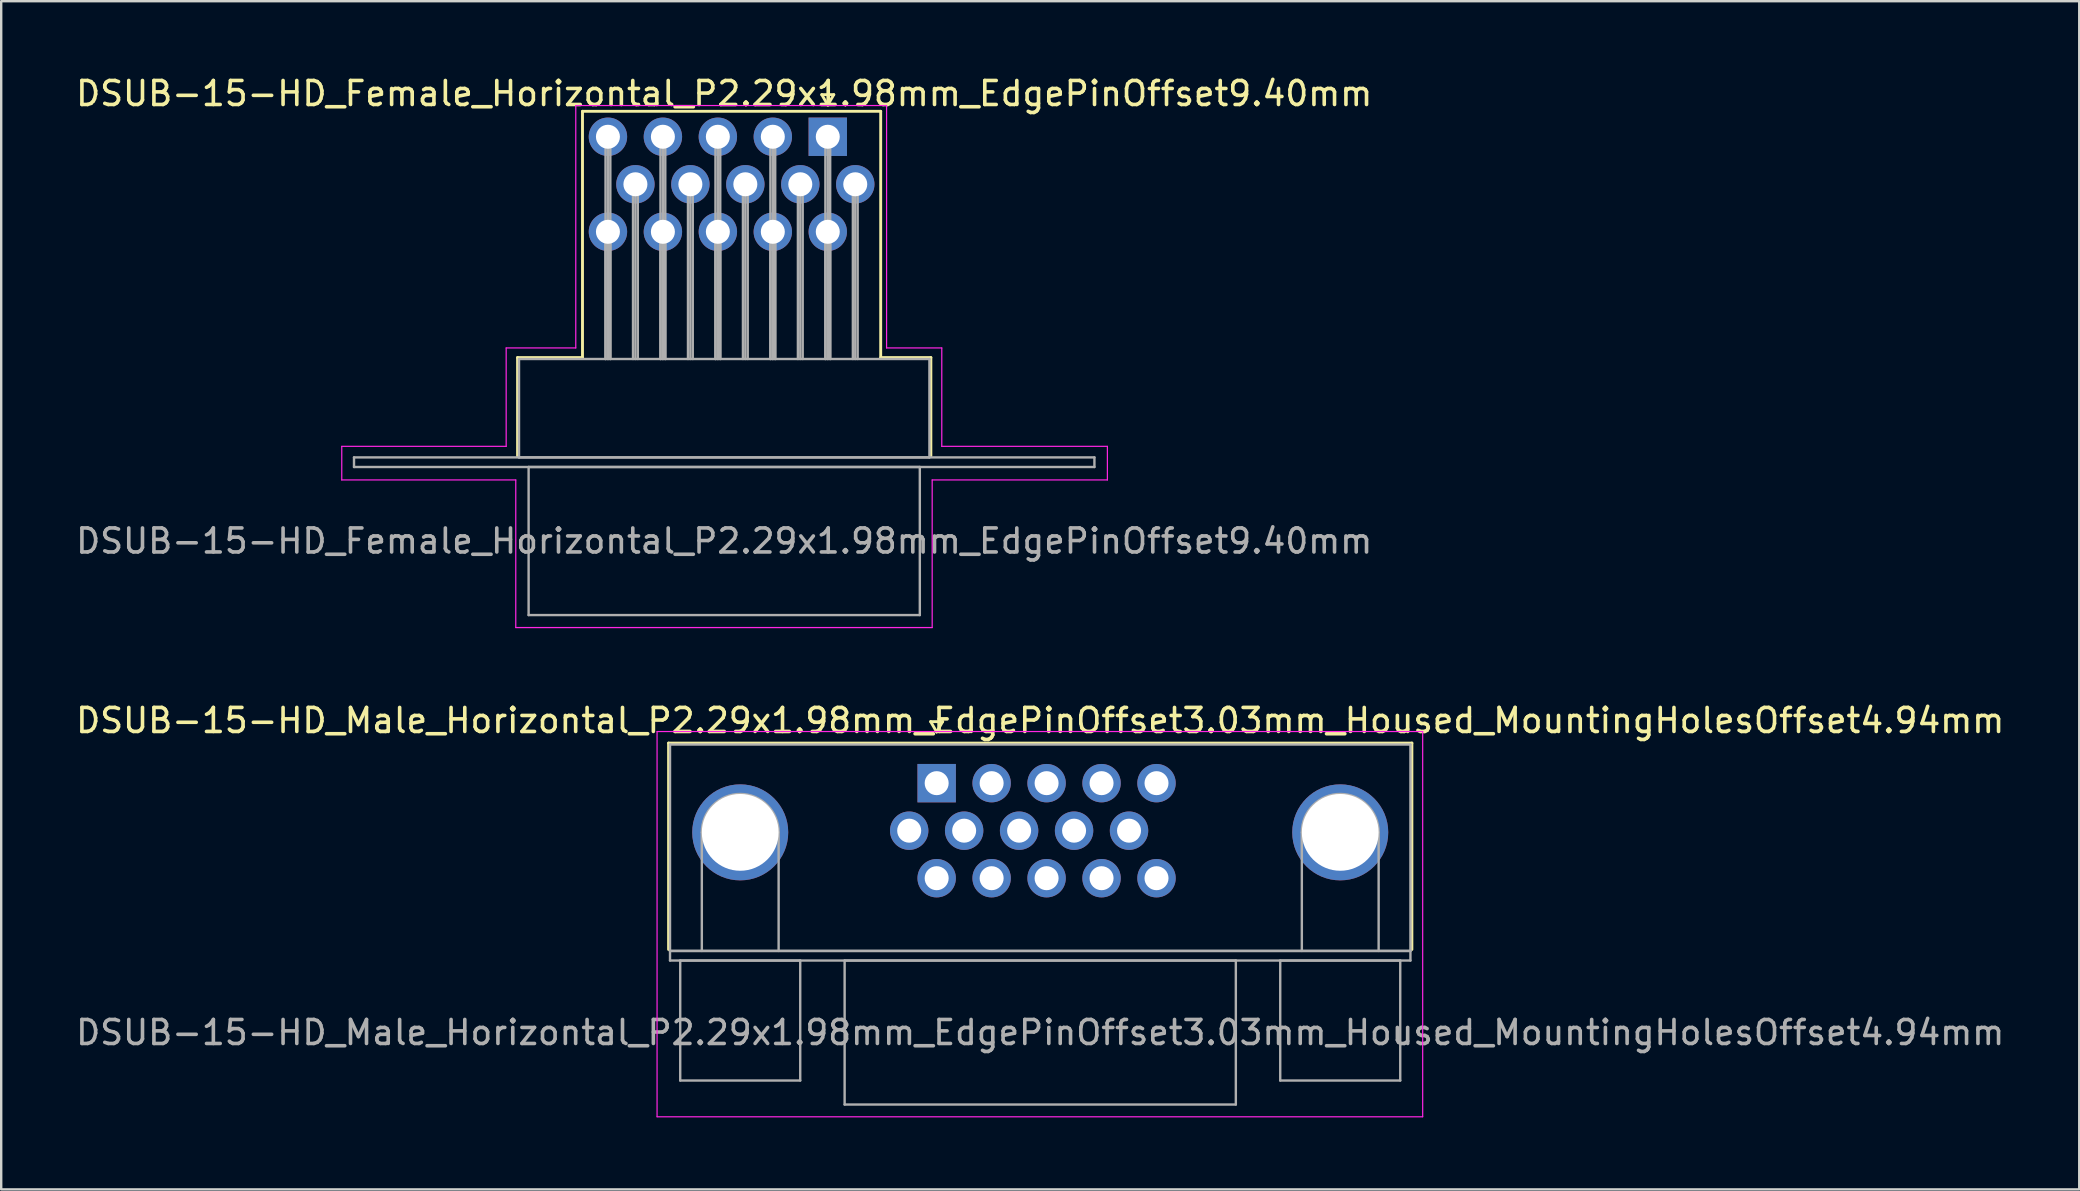
<source format=kicad_pcb>
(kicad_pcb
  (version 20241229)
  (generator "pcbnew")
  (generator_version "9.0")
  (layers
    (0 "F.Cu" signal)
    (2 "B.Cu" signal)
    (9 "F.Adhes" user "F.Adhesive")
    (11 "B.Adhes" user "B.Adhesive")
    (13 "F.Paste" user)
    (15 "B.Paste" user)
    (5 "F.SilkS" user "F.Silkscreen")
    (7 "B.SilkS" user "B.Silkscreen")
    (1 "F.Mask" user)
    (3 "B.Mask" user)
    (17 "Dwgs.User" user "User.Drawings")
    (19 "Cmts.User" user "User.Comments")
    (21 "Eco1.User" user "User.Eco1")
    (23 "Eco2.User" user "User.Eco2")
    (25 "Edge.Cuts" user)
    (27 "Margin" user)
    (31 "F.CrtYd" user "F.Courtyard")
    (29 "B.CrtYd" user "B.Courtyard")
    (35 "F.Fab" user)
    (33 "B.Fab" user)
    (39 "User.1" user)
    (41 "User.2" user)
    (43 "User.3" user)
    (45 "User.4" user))
  (footprint "DSUB-15-HD_Male_Horizontal_P2.29x1.98mm_EdgePinOffset3.03mm_Housed_MountingHolesOffset4.94mm"
    (layer "F.Cu")
    (at 35.977 29.581)
    (property "Reference" "DSUB-15-HD_Male_Horizontal_P2.29x1.98mm_EdgePinOffset3.03mm_Housed_MountingHolesOffset4.94mm" (at 4.315 -2.61 0) (layer "F.SilkS") (effects (font (size 1 1) (thickness 0.15))))
    (attr through_hole)
    (fp_line (start -11.17 -1.67) (end 19.8 -1.67) (stroke (width 0.12) (type solid)) (layer "F.SilkS"))
    (fp_line (start -11.17 6.93) (end -11.17 -1.67) (stroke (width 0.12) (type solid)) (layer "F.SilkS"))
    (fp_line (start -0.25 -2.564) (end 0.25 -2.564) (stroke (width 0.12) (type solid)) (layer "F.SilkS"))
    (fp_line (start 0 -2.131) (end -0.25 -2.564) (stroke (width 0.12) (type solid)) (layer "F.SilkS"))
    (fp_line (start 0.25 -2.564) (end 0 -2.131) (stroke (width 0.12) (type solid)) (layer "F.SilkS"))
    (fp_line (start 19.8 -1.67) (end 19.8 6.93) (stroke (width 0.12) (type solid)) (layer "F.SilkS"))
    (fp_line (start -11.65 -2.15) (end -11.65 13.9) (stroke (width 0.05) (type solid)) (layer "F.CrtYd"))
    (fp_line (start -11.65 13.9) (end 20.25 13.9) (stroke (width 0.05) (type solid)) (layer "F.CrtYd"))
    (fp_line (start 20.25 -2.15) (end -11.65 -2.15) (stroke (width 0.05) (type solid)) (layer "F.CrtYd"))
    (fp_line (start 20.25 13.9) (end 20.25 -2.15) (stroke (width 0.05) (type solid)) (layer "F.CrtYd"))
    (fp_line (start -11.11 -1.61) (end -11.11 6.99) (stroke (width 0.1) (type solid)) (layer "F.Fab"))
    (fp_line (start -11.11 6.99) (end -11.11 7.39) (stroke (width 0.1) (type solid)) (layer "F.Fab"))
    (fp_line (start -11.11 6.99) (end 19.74 6.99) (stroke (width 0.1) (type solid)) (layer "F.Fab"))
    (fp_line (start -11.11 7.39) (end 19.74 7.39) (stroke (width 0.1) (type solid)) (layer "F.Fab"))
    (fp_line (start -10.685 7.39) (end -10.685 12.39) (stroke (width 0.1) (type solid)) (layer "F.Fab"))
    (fp_line (start -10.685 12.39) (end -5.685 12.39) (stroke (width 0.1) (type solid)) (layer "F.Fab"))
    (fp_line (start -9.785 6.99) (end -9.785 2.05) (stroke (width 0.1) (type solid)) (layer "F.Fab"))
    (fp_line (start -6.585 6.99) (end -6.585 2.05) (stroke (width 0.1) (type solid)) (layer "F.Fab"))
    (fp_line (start -5.685 7.39) (end -10.685 7.39) (stroke (width 0.1) (type solid)) (layer "F.Fab"))
    (fp_line (start -5.685 12.39) (end -5.685 7.39) (stroke (width 0.1) (type solid)) (layer "F.Fab"))
    (fp_line (start -3.835 7.39) (end -3.835 13.39) (stroke (width 0.1) (type solid)) (layer "F.Fab"))
    (fp_line (start -3.835 13.39) (end 12.465 13.39) (stroke (width 0.1) (type solid)) (layer "F.Fab"))
    (fp_line (start 12.465 7.39) (end -3.835 7.39) (stroke (width 0.1) (type solid)) (layer "F.Fab"))
    (fp_line (start 12.465 13.39) (end 12.465 7.39) (stroke (width 0.1) (type solid)) (layer "F.Fab"))
    (fp_line (start 14.315 7.39) (end 14.315 12.39) (stroke (width 0.1) (type solid)) (layer "F.Fab"))
    (fp_line (start 14.315 12.39) (end 19.315 12.39) (stroke (width 0.1) (type solid)) (layer "F.Fab"))
    (fp_line (start 15.215 6.99) (end 15.215 2.05) (stroke (width 0.1) (type solid)) (layer "F.Fab"))
    (fp_line (start 18.415 6.99) (end 18.415 2.05) (stroke (width 0.1) (type solid)) (layer "F.Fab"))
    (fp_line (start 19.315 7.39) (end 14.315 7.39) (stroke (width 0.1) (type solid)) (layer "F.Fab"))
    (fp_line (start 19.315 12.39) (end 19.315 7.39) (stroke (width 0.1) (type solid)) (layer "F.Fab"))
    (fp_line (start 19.74 -1.61) (end -11.11 -1.61) (stroke (width 0.1) (type solid)) (layer "F.Fab"))
    (fp_line (start 19.74 6.99) (end -11.11 6.99) (stroke (width 0.1) (type solid)) (layer "F.Fab"))
    (fp_line (start 19.74 6.99) (end 19.74 -1.61) (stroke (width 0.1) (type solid)) (layer "F.Fab"))
    (fp_line (start 19.74 7.39) (end 19.74 6.99) (stroke (width 0.1) (type solid)) (layer "F.Fab"))
    (fp_arc (start -9.785 2.05) (mid -8.185 0.45) (end -6.585 2.05) (stroke (width 0.1) (type solid)) (layer "F.Fab"))
    (fp_arc (start 15.215 2.05) (mid 16.815 0.45) (end 18.415 2.05) (stroke (width 0.1) (type solid)) (layer "F.Fab"))
    (fp_text user "${REFERENCE}" (at 4.315 10.39 0) (layer "F.Fab") (effects (font (size 1 1) (thickness 0.15))))
    (pad "0" thru_hole circle (at -8.185 2.05) (size 4 4) (drill 3.2) (layers "*.Cu" "*.Mask"))
    (pad "0" thru_hole circle (at 16.815 2.05) (size 4 4) (drill 3.2) (layers "*.Cu" "*.Mask"))
    (pad "1" thru_hole rect (at 0 0) (size 1.6 1.6) (drill 1) (layers "*.Cu" "*.Mask"))
    (pad "2" thru_hole circle (at 2.29 0) (size 1.6 1.6) (drill 1) (layers "*.Cu" "*.Mask"))
    (pad "3" thru_hole circle (at 4.58 0) (size 1.6 1.6) (drill 1) (layers "*.Cu" "*.Mask"))
    (pad "4" thru_hole circle (at 6.87 0) (size 1.6 1.6) (drill 1) (layers "*.Cu" "*.Mask"))
    (pad "5" thru_hole circle (at 9.16 0) (size 1.6 1.6) (drill 1) (layers "*.Cu" "*.Mask"))
    (pad "6" thru_hole circle (at -1.145 1.98) (size 1.6 1.6) (drill 1) (layers "*.Cu" "*.Mask"))
    (pad "7" thru_hole circle (at 1.145 1.98) (size 1.6 1.6) (drill 1) (layers "*.Cu" "*.Mask"))
    (pad "8" thru_hole circle (at 3.435 1.98) (size 1.6 1.6) (drill 1) (layers "*.Cu" "*.Mask"))
    (pad "9" thru_hole circle (at 5.725 1.98) (size 1.6 1.6) (drill 1) (layers "*.Cu" "*.Mask"))
    (pad "10" thru_hole circle (at 8.015 1.98) (size 1.6 1.6) (drill 1) (layers "*.Cu" "*.Mask"))
    (pad "11" thru_hole circle (at 0 3.96) (size 1.6 1.6) (drill 1) (layers "*.Cu" "*.Mask"))
    (pad "12" thru_hole circle (at 2.29 3.96) (size 1.6 1.6) (drill 1) (layers "*.Cu" "*.Mask"))
    (pad "13" thru_hole circle (at 4.58 3.96) (size 1.6 1.6) (drill 1) (layers "*.Cu" "*.Mask"))
    (pad "14" thru_hole circle (at 6.87 3.96) (size 1.6 1.6) (drill 1) (layers "*.Cu" "*.Mask"))
    (pad "15" thru_hole circle (at 9.16 3.96) (size 1.6 1.6) (drill 1) (layers "*.Cu" "*.Mask")))
  (footprint "DSUB-15-HD_Female_Horizontal_P2.29x1.98mm_EdgePinOffset9.40mm"
    (layer "F.Cu")
    (at 31.44 2.648)
    (property "Reference" "DSUB-15-HD_Female_Horizontal_P2.29x1.98mm_EdgePinOffset9.40mm" (at -4.315 -1.8 0) (layer "F.SilkS") (effects (font (size 1 1) (thickness 0.15))))
    (attr through_hole)
    (fp_line (start -12.925 9.2) (end -10.22 9.2) (stroke (width 0.12) (type solid)) (layer "F.SilkS"))
    (fp_line (start -12.925 13.3) (end -12.925 9.2) (stroke (width 0.12) (type solid)) (layer "F.SilkS"))
    (fp_line (start -10.22 -1.06) (end 2.205 -1.06) (stroke (width 0.12) (type solid)) (layer "F.SilkS"))
    (fp_line (start -10.22 9.2) (end -10.22 -1.06) (stroke (width 0.12) (type solid)) (layer "F.SilkS"))
    (fp_line (start -0.25 -1.754) (end 0.25 -1.754) (stroke (width 0.12) (type solid)) (layer "F.SilkS"))
    (fp_line (start 0 -1.321) (end -0.25 -1.754) (stroke (width 0.12) (type solid)) (layer "F.SilkS"))
    (fp_line (start 0.25 -1.754) (end 0 -1.321) (stroke (width 0.12) (type solid)) (layer "F.SilkS"))
    (fp_line (start 2.205 -1.06) (end 2.205 9.2) (stroke (width 0.12) (type solid)) (layer "F.SilkS"))
    (fp_line (start 2.205 9.2) (end 4.295 9.2) (stroke (width 0.12) (type solid)) (layer "F.SilkS"))
    (fp_line (start 4.295 9.2) (end 4.295 13.3) (stroke (width 0.12) (type solid)) (layer "F.SilkS"))
    (fp_line (start -20.25 12.9) (end -13.4 12.9) (stroke (width 0.05) (type solid)) (layer "F.CrtYd"))
    (fp_line (start -20.25 14.3) (end -20.25 12.9) (stroke (width 0.05) (type solid)) (layer "F.CrtYd"))
    (fp_line (start -13.4 8.8) (end -10.5 8.8) (stroke (width 0.05) (type solid)) (layer "F.CrtYd"))
    (fp_line (start -13.4 12.9) (end -13.4 8.8) (stroke (width 0.05) (type solid)) (layer "F.CrtYd"))
    (fp_line (start -13 14.3) (end -20.25 14.3) (stroke (width 0.05) (type solid)) (layer "F.CrtYd"))
    (fp_line (start -13 20.45) (end -13 14.3) (stroke (width 0.05) (type solid)) (layer "F.CrtYd"))
    (fp_line (start -10.5 -1.3) (end 2.45 -1.3) (stroke (width 0.05) (type solid)) (layer "F.CrtYd"))
    (fp_line (start -10.5 8.8) (end -10.5 -1.3) (stroke (width 0.05) (type solid)) (layer "F.CrtYd"))
    (fp_line (start 2.45 -1.3) (end 2.45 8.8) (stroke (width 0.05) (type solid)) (layer "F.CrtYd"))
    (fp_line (start 2.45 8.8) (end 4.75 8.8) (stroke (width 0.05) (type solid)) (layer "F.CrtYd"))
    (fp_line (start 4.35 14.3) (end 4.35 20.45) (stroke (width 0.05) (type solid)) (layer "F.CrtYd"))
    (fp_line (start 4.35 20.45) (end -13 20.45) (stroke (width 0.05) (type solid)) (layer "F.CrtYd"))
    (fp_line (start 4.75 8.8) (end 4.75 12.9) (stroke (width 0.05) (type solid)) (layer "F.CrtYd"))
    (fp_line (start 4.75 12.9) (end 11.65 12.9) (stroke (width 0.05) (type solid)) (layer "F.CrtYd"))
    (fp_line (start 11.65 12.9) (end 11.65 14.3) (stroke (width 0.05) (type solid)) (layer "F.CrtYd"))
    (fp_line (start 11.65 14.3) (end 4.35 14.3) (stroke (width 0.05) (type solid)) (layer "F.CrtYd"))
    (fp_line (start -19.74 13.36) (end -19.74 13.76) (stroke (width 0.1) (type solid)) (layer "F.Fab"))
    (fp_line (start -19.74 13.76) (end 11.11 13.76) (stroke (width 0.1) (type solid)) (layer "F.Fab"))
    (fp_line (start -12.865 9.26) (end -12.865 13.36) (stroke (width 0.1) (type solid)) (layer "F.Fab"))
    (fp_line (start -12.865 13.36) (end 4.235 13.36) (stroke (width 0.1) (type solid)) (layer "F.Fab"))
    (fp_line (start -12.465 13.76) (end -12.465 19.93) (stroke (width 0.1) (type solid)) (layer "F.Fab"))
    (fp_line (start -12.465 19.93) (end 3.835 19.93) (stroke (width 0.1) (type solid)) (layer "F.Fab"))
    (fp_line (start -9.26 0) (end -9.26 9.26) (stroke (width 0.1) (type solid)) (layer "F.Fab"))
    (fp_line (start -9.26 3.96) (end -9.26 9.26) (stroke (width 0.1) (type solid)) (layer "F.Fab"))
    (fp_line (start -9.16 0) (end -9.16 9.26) (stroke (width 0.1) (type solid)) (layer "F.Fab"))
    (fp_line (start -9.16 3.96) (end -9.16 9.26) (stroke (width 0.1) (type solid)) (layer "F.Fab"))
    (fp_line (start -9.06 0) (end -9.06 9.26) (stroke (width 0.1) (type solid)) (layer "F.Fab"))
    (fp_line (start -9.06 3.96) (end -9.06 9.26) (stroke (width 0.1) (type solid)) (layer "F.Fab"))
    (fp_line (start -8.115 1.98) (end -8.115 9.26) (stroke (width 0.1) (type solid)) (layer "F.Fab"))
    (fp_line (start -8.015 1.98) (end -8.015 9.26) (stroke (width 0.1) (type solid)) (layer "F.Fab"))
    (fp_line (start -7.915 1.98) (end -7.915 9.26) (stroke (width 0.1) (type solid)) (layer "F.Fab"))
    (fp_line (start -6.97 0) (end -6.97 9.26) (stroke (width 0.1) (type solid)) (layer "F.Fab"))
    (fp_line (start -6.97 3.96) (end -6.97 9.26) (stroke (width 0.1) (type solid)) (layer "F.Fab"))
    (fp_line (start -6.87 0) (end -6.87 9.26) (stroke (width 0.1) (type solid)) (layer "F.Fab"))
    (fp_line (start -6.87 3.96) (end -6.87 9.26) (stroke (width 0.1) (type solid)) (layer "F.Fab"))
    (fp_line (start -6.77 0) (end -6.77 9.26) (stroke (width 0.1) (type solid)) (layer "F.Fab"))
    (fp_line (start -6.77 3.96) (end -6.77 9.26) (stroke (width 0.1) (type solid)) (layer "F.Fab"))
    (fp_line (start -5.825 1.98) (end -5.825 9.26) (stroke (width 0.1) (type solid)) (layer "F.Fab"))
    (fp_line (start -5.725 1.98) (end -5.725 9.26) (stroke (width 0.1) (type solid)) (layer "F.Fab"))
    (fp_line (start -5.625 1.98) (end -5.625 9.26) (stroke (width 0.1) (type solid)) (layer "F.Fab"))
    (fp_line (start -4.68 0) (end -4.68 9.26) (stroke (width 0.1) (type solid)) (layer "F.Fab"))
    (fp_line (start -4.68 3.96) (end -4.68 9.26) (stroke (width 0.1) (type solid)) (layer "F.Fab"))
    (fp_line (start -4.58 0) (end -4.58 9.26) (stroke (width 0.1) (type solid)) (layer "F.Fab"))
    (fp_line (start -4.58 3.96) (end -4.58 9.26) (stroke (width 0.1) (type solid)) (layer "F.Fab"))
    (fp_line (start -4.48 0) (end -4.48 9.26) (stroke (width 0.1) (type solid)) (layer "F.Fab"))
    (fp_line (start -4.48 3.96) (end -4.48 9.26) (stroke (width 0.1) (type solid)) (layer "F.Fab"))
    (fp_line (start -3.535 1.98) (end -3.535 9.26) (stroke (width 0.1) (type solid)) (layer "F.Fab"))
    (fp_line (start -3.435 1.98) (end -3.435 9.26) (stroke (width 0.1) (type solid)) (layer "F.Fab"))
    (fp_line (start -3.335 1.98) (end -3.335 9.26) (stroke (width 0.1) (type solid)) (layer "F.Fab"))
    (fp_line (start -2.39 0) (end -2.39 9.26) (stroke (width 0.1) (type solid)) (layer "F.Fab"))
    (fp_line (start -2.39 3.96) (end -2.39 9.26) (stroke (width 0.1) (type solid)) (layer "F.Fab"))
    (fp_line (start -2.29 0) (end -2.29 9.26) (stroke (width 0.1) (type solid)) (layer "F.Fab"))
    (fp_line (start -2.29 3.96) (end -2.29 9.26) (stroke (width 0.1) (type solid)) (layer "F.Fab"))
    (fp_line (start -2.19 0) (end -2.19 9.26) (stroke (width 0.1) (type solid)) (layer "F.Fab"))
    (fp_line (start -2.19 3.96) (end -2.19 9.26) (stroke (width 0.1) (type solid)) (layer "F.Fab"))
    (fp_line (start -1.245 1.98) (end -1.245 9.26) (stroke (width 0.1) (type solid)) (layer "F.Fab"))
    (fp_line (start -1.145 1.98) (end -1.145 9.26) (stroke (width 0.1) (type solid)) (layer "F.Fab"))
    (fp_line (start -1.045 1.98) (end -1.045 9.26) (stroke (width 0.1) (type solid)) (layer "F.Fab"))
    (fp_line (start -0.1 0) (end -0.1 9.26) (stroke (width 0.1) (type solid)) (layer "F.Fab"))
    (fp_line (start -0.1 3.96) (end -0.1 9.26) (stroke (width 0.1) (type solid)) (layer "F.Fab"))
    (fp_line (start 0 0) (end 0 9.26) (stroke (width 0.1) (type solid)) (layer "F.Fab"))
    (fp_line (start 0 3.96) (end 0 9.26) (stroke (width 0.1) (type solid)) (layer "F.Fab"))
    (fp_line (start 0.1 0) (end 0.1 9.26) (stroke (width 0.1) (type solid)) (layer "F.Fab"))
    (fp_line (start 0.1 3.96) (end 0.1 9.26) (stroke (width 0.1) (type solid)) (layer "F.Fab"))
    (fp_line (start 1.045 1.98) (end 1.045 9.26) (stroke (width 0.1) (type solid)) (layer "F.Fab"))
    (fp_line (start 1.145 1.98) (end 1.145 9.26) (stroke (width 0.1) (type solid)) (layer "F.Fab"))
    (fp_line (start 1.245 1.98) (end 1.245 9.26) (stroke (width 0.1) (type solid)) (layer "F.Fab"))
    (fp_line (start 3.835 13.76) (end -12.465 13.76) (stroke (width 0.1) (type solid)) (layer "F.Fab"))
    (fp_line (start 3.835 19.93) (end 3.835 13.76) (stroke (width 0.1) (type solid)) (layer "F.Fab"))
    (fp_line (start 4.235 9.26) (end -12.865 9.26) (stroke (width 0.1) (type solid)) (layer "F.Fab"))
    (fp_line (start 4.235 13.36) (end 4.235 9.26) (stroke (width 0.1) (type solid)) (layer "F.Fab"))
    (fp_line (start 11.11 13.36) (end -19.74 13.36) (stroke (width 0.1) (type solid)) (layer "F.Fab"))
    (fp_line (start 11.11 13.76) (end 11.11 13.36) (stroke (width 0.1) (type solid)) (layer "F.Fab"))
    (fp_text user "${REFERENCE}" (at -4.315 16.845 0) (layer "F.Fab") (effects (font (size 1 1) (thickness 0.15))))
    (pad "1" thru_hole rect (at 0 0) (size 1.6 1.6) (drill 1) (layers "*.Cu" "*.Mask"))
    (pad "2" thru_hole circle (at -2.29 0) (size 1.6 1.6) (drill 1) (layers "*.Cu" "*.Mask"))
    (pad "3" thru_hole circle (at -4.58 0) (size 1.6 1.6) (drill 1) (layers "*.Cu" "*.Mask"))
    (pad "4" thru_hole circle (at -6.87 0) (size 1.6 1.6) (drill 1) (layers "*.Cu" "*.Mask"))
    (pad "5" thru_hole circle (at -9.16 0) (size 1.6 1.6) (drill 1) (layers "*.Cu" "*.Mask"))
    (pad "6" thru_hole circle (at 1.145 1.98) (size 1.6 1.6) (drill 1) (layers "*.Cu" "*.Mask"))
    (pad "7" thru_hole circle (at -1.145 1.98) (size 1.6 1.6) (drill 1) (layers "*.Cu" "*.Mask"))
    (pad "8" thru_hole circle (at -3.435 1.98) (size 1.6 1.6) (drill 1) (layers "*.Cu" "*.Mask"))
    (pad "9" thru_hole circle (at -5.725 1.98) (size 1.6 1.6) (drill 1) (layers "*.Cu" "*.Mask"))
    (pad "10" thru_hole circle (at -8.015 1.98) (size 1.6 1.6) (drill 1) (layers "*.Cu" "*.Mask"))
    (pad "11" thru_hole circle (at 0 3.96) (size 1.6 1.6) (drill 1) (layers "*.Cu" "*.Mask"))
    (pad "12" thru_hole circle (at -2.29 3.96) (size 1.6 1.6) (drill 1) (layers "*.Cu" "*.Mask"))
    (pad "13" thru_hole circle (at -4.58 3.96) (size 1.6 1.6) (drill 1) (layers "*.Cu" "*.Mask"))
    (pad "14" thru_hole circle (at -6.87 3.96) (size 1.6 1.6) (drill 1) (layers "*.Cu" "*.Mask"))
    (pad "15" thru_hole circle (at -9.16 3.96) (size 1.6 1.6) (drill 1) (layers "*.Cu" "*.Mask")))
  (gr_rect
    (start -3 -3)
    (end 83.583 46.507)
    (stroke (width 0.1) (type default))
    (fill no)
    (layer "Edge.Cuts")))
</source>
